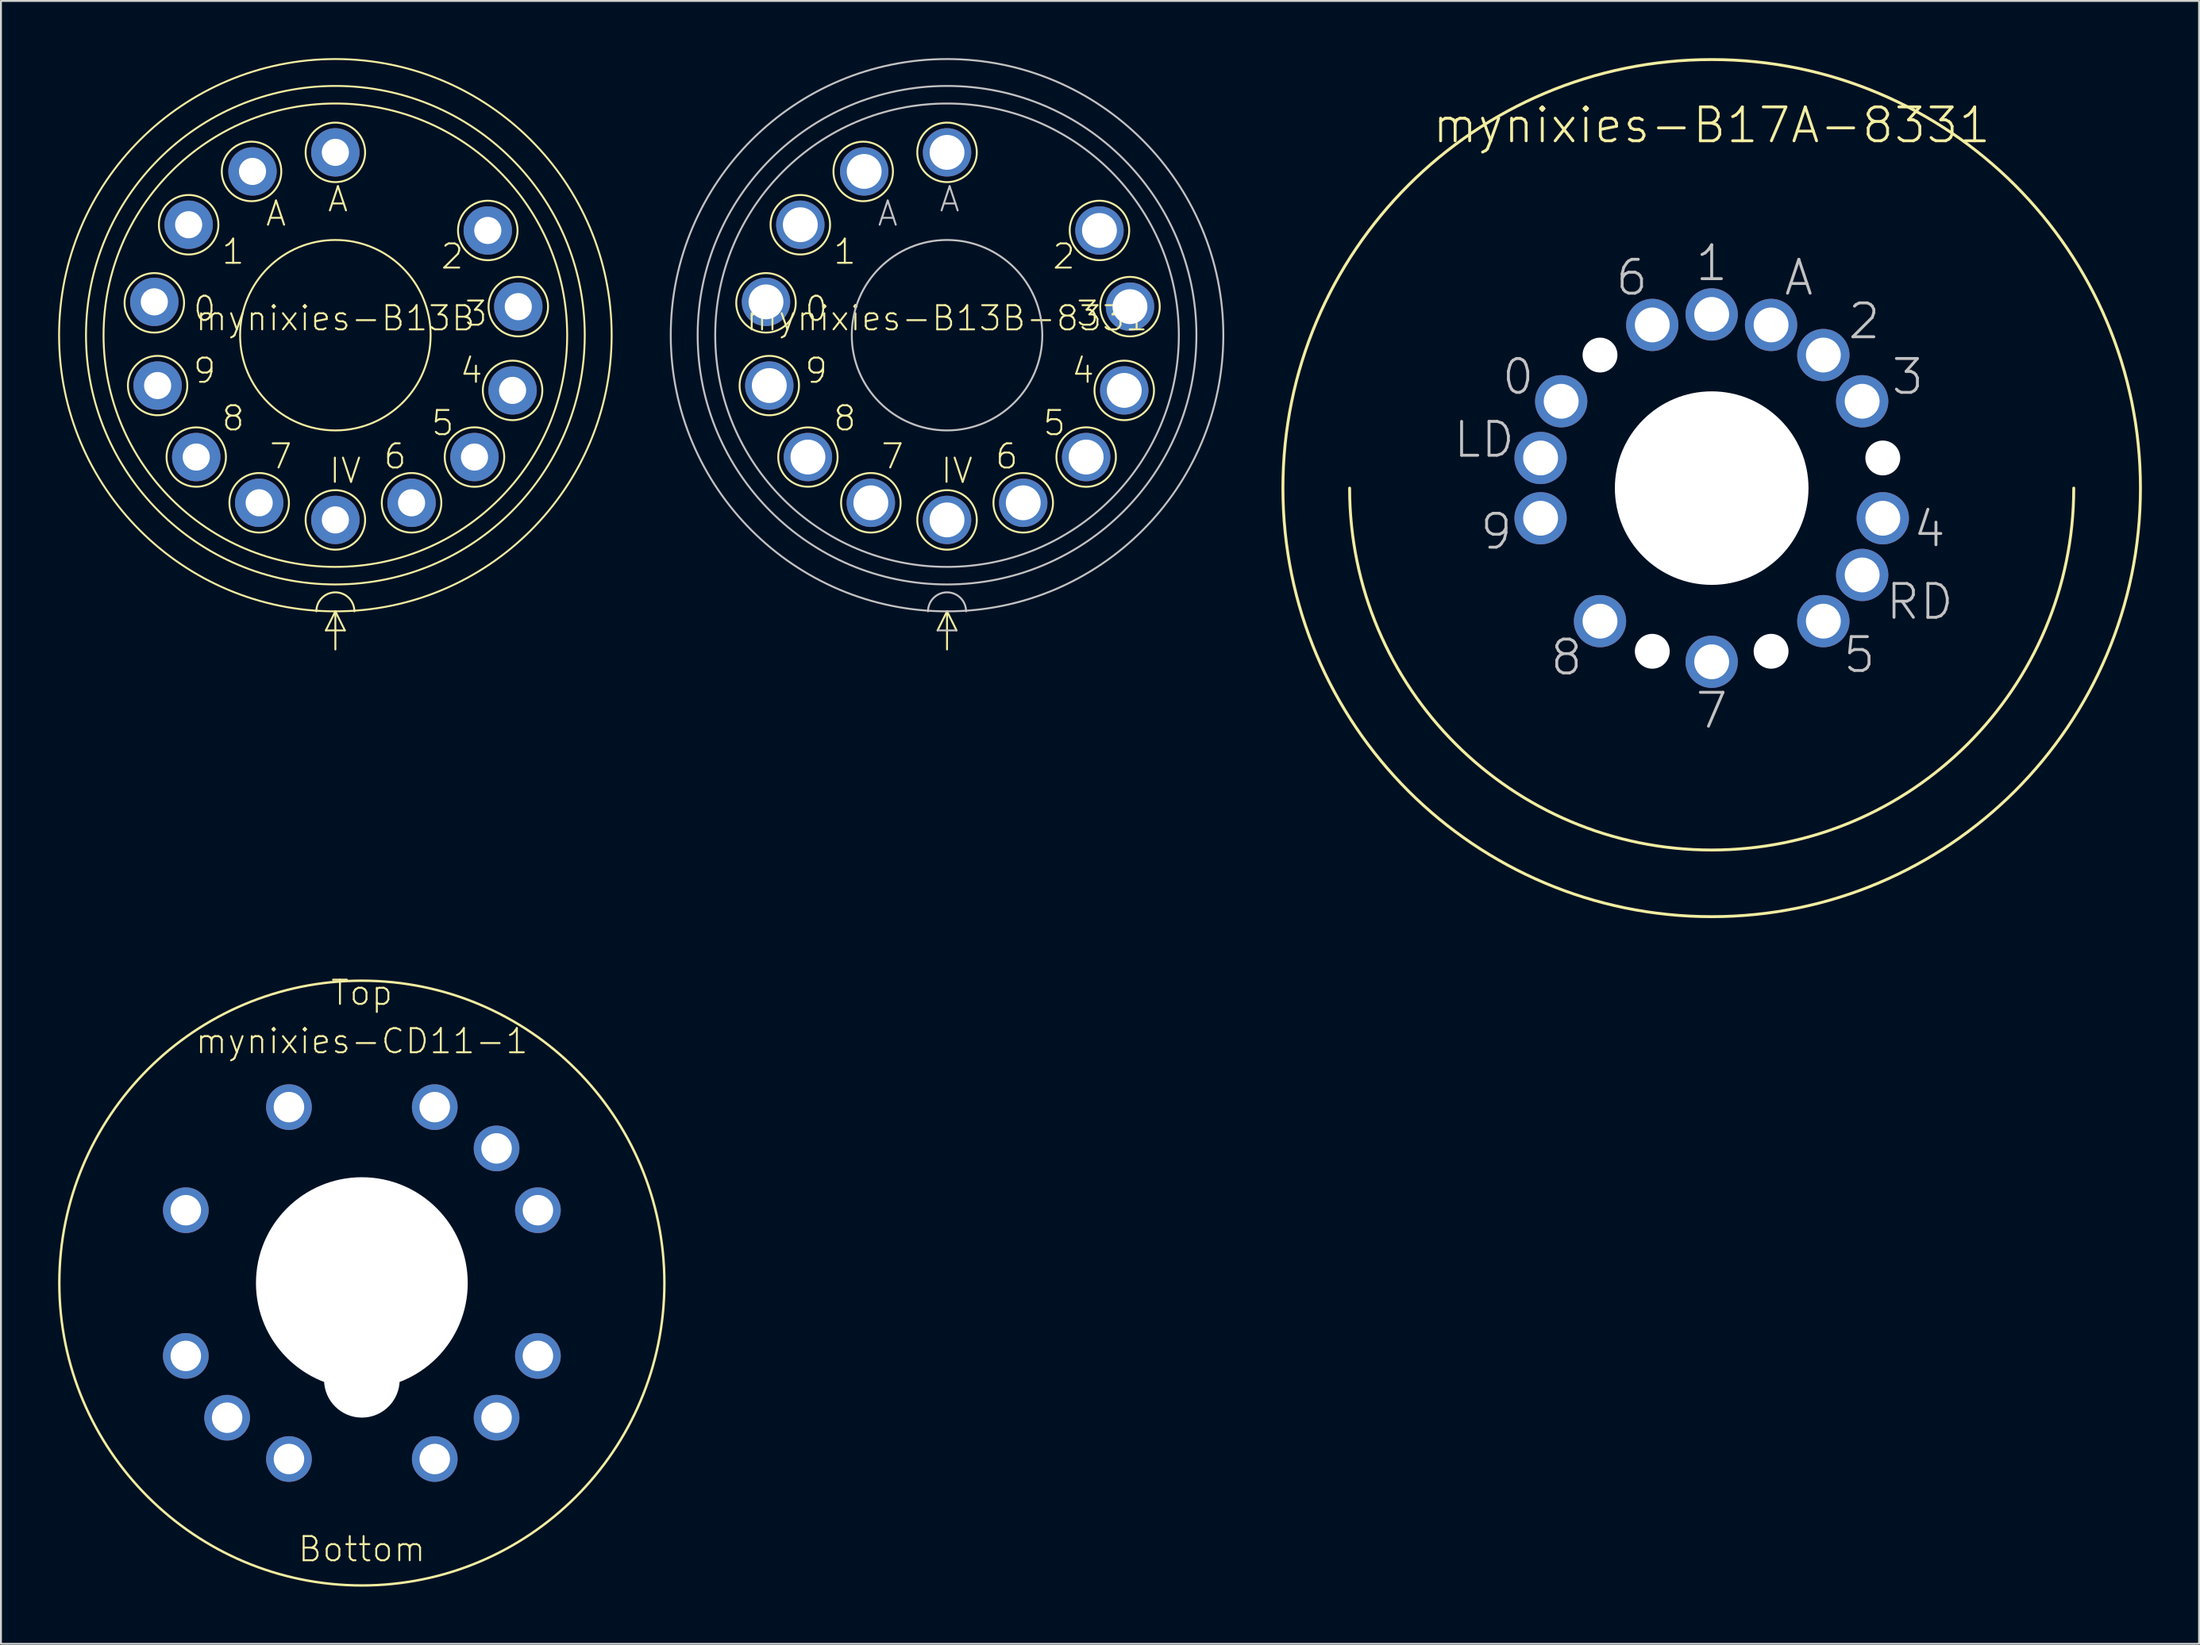
<source format=kicad_pcb>
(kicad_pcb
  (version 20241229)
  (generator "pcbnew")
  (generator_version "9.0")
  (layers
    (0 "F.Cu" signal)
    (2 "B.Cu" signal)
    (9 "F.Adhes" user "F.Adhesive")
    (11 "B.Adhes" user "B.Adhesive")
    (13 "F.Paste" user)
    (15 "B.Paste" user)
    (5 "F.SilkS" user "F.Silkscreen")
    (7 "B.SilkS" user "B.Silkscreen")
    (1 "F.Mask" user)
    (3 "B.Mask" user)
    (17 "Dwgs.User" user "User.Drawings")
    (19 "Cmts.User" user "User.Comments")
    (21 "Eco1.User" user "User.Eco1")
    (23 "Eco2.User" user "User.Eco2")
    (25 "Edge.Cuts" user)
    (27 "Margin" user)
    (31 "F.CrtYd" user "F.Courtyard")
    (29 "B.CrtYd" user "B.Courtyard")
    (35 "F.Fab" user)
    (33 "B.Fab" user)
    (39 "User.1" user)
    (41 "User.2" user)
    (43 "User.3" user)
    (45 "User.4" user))
  (footprint "mynixies-B13B"
    (layer "F.Cu")
    (at 14.548 14.548)
    (property "Reference" "mynixies-B13B" (at 0 -0.889 0) (layer "F.SilkS") (effects (font (size 1.27 1.27) (thickness 0.102))))
    (attr exclude_from_pos_files exclude_from_bom)
    (fp_line (start -0.498 15.499) (end 0.498 15.499) (stroke (width 0.1) (type solid)) (layer "F.SilkS"))
    (fp_line (start 0 14.498) (end -0.498 15.499) (stroke (width 0.1) (type solid)) (layer "F.SilkS"))
    (fp_line (start 0 14.498) (end 0 16.5) (stroke (width 0.1) (type solid)) (layer "F.SilkS"))
    (fp_line (start 0.498 15.499) (end 0 14.498) (stroke (width 0.1) (type solid)) (layer "F.SilkS"))
    (fp_arc (start -0.99822 14.49832) (mid 0 13.5001) (end 0.99822 14.49832) (stroke (width 0.1) (type solid)) (layer "F.SilkS"))
    (fp_circle (center -9.5 -1.699) (end -9.5 -3.261) (stroke (width 0.1) (type solid)) (fill no) (layer "F.SilkS"))
    (fp_circle (center -9.327 2.644) (end -9.327 1.085) (stroke (width 0.1) (type solid)) (fill no) (layer "F.SilkS"))
    (fp_circle (center -7.699 -5.799) (end -7.699 -7.361) (stroke (width 0.1) (type solid)) (fill no) (layer "F.SilkS"))
    (fp_circle (center -7.3 6.398) (end -7.3 4.839) (stroke (width 0.1) (type solid)) (fill no) (layer "F.SilkS"))
    (fp_circle (center -4.399 -8.598) (end -4.399 -10.16) (stroke (width 0.1) (type solid)) (fill no) (layer "F.SilkS"))
    (fp_circle (center -3.998 8.799) (end -3.998 7.236) (stroke (width 0.1) (type solid)) (fill no) (layer "F.SilkS"))
    (fp_circle (center 0 -9.599) (end 0 -11.161) (stroke (width 0.1) (type solid)) (fill no) (layer "F.SilkS"))
    (fp_circle (center 0 0) (end 0 -14.498) (stroke (width 0.1) (type solid)) (fill no) (layer "F.SilkS"))
    (fp_circle (center 0 0) (end 0 -13.086) (stroke (width 0.1) (type solid)) (fill no) (layer "F.SilkS"))
    (fp_circle (center 0 0) (end 0 -12.164) (stroke (width 0.1) (type solid)) (fill no) (layer "F.SilkS"))
    (fp_circle (center 0 0) (end 0 -4.999) (stroke (width 0.1) (type solid)) (fill no) (layer "F.SilkS"))
    (fp_circle (center 0 9.698) (end 0 8.136) (stroke (width 0.1) (type solid)) (fill no) (layer "F.SilkS"))
    (fp_circle (center 3.998 8.799) (end 3.998 7.236) (stroke (width 0.1) (type solid)) (fill no) (layer "F.SilkS"))
    (fp_circle (center 7.3 6.398) (end 7.3 4.836) (stroke (width 0.1) (type solid)) (fill no) (layer "F.SilkS"))
    (fp_circle (center 7.998 -5.499) (end 7.998 -7.061) (stroke (width 0.1) (type solid)) (fill no) (layer "F.SilkS"))
    (fp_circle (center 9.299 2.898) (end 9.299 1.336) (stroke (width 0.1) (type solid)) (fill no) (layer "F.SilkS"))
    (fp_circle (center 9.599 -1.499) (end 9.599 -3.061) (stroke (width 0.1) (type solid)) (fill no) (layer "F.SilkS"))
    (fp_text user "6" (at 3.134 6.363 0) (layer "F.SilkS") (effects (font (size 1.27 1.27) (thickness 0.102))))
    (fp_text user "0" (at -6.863 -1.384 0) (layer "F.SilkS") (effects (font (size 1.27 1.27) (thickness 0.102))))
    (fp_text user "5" (at 5.634 4.613 0) (layer "F.SilkS") (effects (font (size 1.27 1.27) (thickness 0.102))))
    (fp_text user "A" (at 0.135 -7.135 0) (layer "F.SilkS") (effects (font (size 1.27 1.27) (thickness 0.102))))
    (fp_text user "IV" (at 0.518 7.115 0) (layer "F.SilkS") (effects (font (size 1.27 1.27) (thickness 0.102))))
    (fp_text user "4" (at 7.135 1.864 0) (layer "F.SilkS") (effects (font (size 1.27 1.27) (thickness 0.102))))
    (fp_text user "8" (at -5.364 4.364 0) (layer "F.SilkS") (effects (font (size 1.27 1.27) (thickness 0.102))))
    (fp_text user "2" (at 6.134 -4.133 0) (layer "F.SilkS") (effects (font (size 1.27 1.27) (thickness 0.102))))
    (fp_text user "7" (at -2.863 6.363 0) (layer "F.SilkS") (effects (font (size 1.27 1.27) (thickness 0.102))))
    (fp_text user "A" (at -3.114 -6.383 0) (layer "F.SilkS") (effects (font (size 1.27 1.27) (thickness 0.102))))
    (fp_text user "9" (at -6.863 1.864 0) (layer "F.SilkS") (effects (font (size 1.27 1.27) (thickness 0.102))))
    (fp_text user "3" (at 7.384 -1.133 0) (layer "F.SilkS") (effects (font (size 1.27 1.27) (thickness 0.102))))
    (fp_text user "1" (at -5.364 -4.384 0) (layer "F.SilkS") (effects (font (size 1.27 1.27) (thickness 0.102))))
    (pad "0" thru_hole circle (at -9.5 -1.75) (size 2.54 2.54) (drill 1.422) (layers "*.Cu" "*.Mask"))
    (pad "1" thru_hole circle (at -7.699 -5.799) (size 2.54 2.54) (drill 1.422) (layers "*.Cu" "*.Mask"))
    (pad "2" thru_hole circle (at 7.998 -5.499) (size 2.54 2.54) (drill 1.422) (layers "*.Cu" "*.Mask"))
    (pad "3" thru_hole circle (at 9.599 -1.499) (size 2.54 2.54) (drill 1.422) (layers "*.Cu" "*.Mask"))
    (pad "4" thru_hole circle (at 9.299 2.898) (size 2.54 2.54) (drill 1.422) (layers "*.Cu" "*.Mask"))
    (pad "5" thru_hole circle (at 7.3 6.398) (size 2.54 2.54) (drill 1.422) (layers "*.Cu" "*.Mask"))
    (pad "6" thru_hole circle (at 3.998 8.799) (size 2.54 2.54) (drill 1.422) (layers "*.Cu" "*.Mask"))
    (pad "7" thru_hole circle (at -3.998 8.799) (size 2.54 2.54) (drill 1.422) (layers "*.Cu" "*.Mask"))
    (pad "8" thru_hole circle (at -7.3 6.398) (size 2.54 2.54) (drill 1.422) (layers "*.Cu" "*.Mask"))
    (pad "9" thru_hole circle (at -9.327 2.644) (size 2.54 2.54) (drill 1.422) (layers "*.Cu" "*.Mask"))
    (pad "A" thru_hole circle (at 0 -9.599) (size 2.54 2.54) (drill 1.422) (layers "*.Cu" "*.Mask"))
    (pad "A1" thru_hole circle (at -4.348 -8.598) (size 2.54 2.54) (drill 1.422) (layers "*.Cu" "*.Mask"))
    (pad "IV" thru_hole circle (at 0 9.698) (size 2.54 2.54) (drill 1.422) (layers "*.Cu" "*.Mask")))
  (footprint "mynixies-CD11-1"
    (layer "F.Cu")
    (at 15.938 64.312)
    (property "Reference" "mynixies-CD11-1" (at 0 -12.7 0) (layer "F.SilkS") (effects (font (size 1.27 1.27) (thickness 0.102))))
    (attr exclude_from_pos_files exclude_from_bom)
    (fp_circle (center 0 0) (end 0 -15.875) (stroke (width 0.127) (type solid)) (fill no) (layer "F.SilkS"))
    (fp_text user "Top" (at 0 -15.24 0) (layer "F.SilkS") (effects (font (size 1.27 1.27) (thickness 0.102))))
    (fp_text user "Bottom" (at 0 13.97 0) (layer "F.SilkS") (effects (font (size 1.27 1.27) (thickness 0.102))))
    (pad "" np_thru_hole circle (at 0 0) (size 11.113 11.113) (drill 11.113) (layers "*.Cu" "*.Mask"))
    (pad "" np_thru_hole circle (at 0 5.08) (size 3.967 3.967) (drill 3.967) (layers "*.Cu" "*.Mask"))
    (pad "0" thru_hole circle (at -3.825 -9.238) (size 2.398 2.398) (drill 1.598) (layers "*.Cu" "*.Mask"))
    (pad "1" thru_hole circle (at -9.238 3.825) (size 2.398 2.398) (drill 1.598) (layers "*.Cu" "*.Mask"))
    (pad "2" thru_hole circle (at -7.069 7.069) (size 2.398 2.398) (drill 1.598) (layers "*.Cu" "*.Mask"))
    (pad "3" thru_hole circle (at -3.825 9.238) (size 2.398 2.398) (drill 1.598) (layers "*.Cu" "*.Mask"))
    (pad "4" thru_hole circle (at 3.825 9.238) (size 2.398 2.398) (drill 1.598) (layers "*.Cu" "*.Mask"))
    (pad "5" thru_hole circle (at 7.069 7.069) (size 2.398 2.398) (drill 1.598) (layers "*.Cu" "*.Mask"))
    (pad "6" thru_hole circle (at 9.238 3.825) (size 2.398 2.398) (drill 1.598) (layers "*.Cu" "*.Mask"))
    (pad "7" thru_hole circle (at 9.238 -3.825) (size 2.398 2.398) (drill 1.598) (layers "*.Cu" "*.Mask"))
    (pad "8" thru_hole circle (at 7.069 -7.069) (size 2.398 2.398) (drill 1.598) (layers "*.Cu" "*.Mask"))
    (pad "9" thru_hole circle (at 3.825 -9.238) (size 2.398 2.398) (drill 1.598) (layers "*.Cu" "*.Mask"))
    (pad "A" thru_hole circle (at -9.238 -3.825) (size 2.398 2.398) (drill 1.598) (layers "*.Cu" "*.Mask")))
  (footprint "mynixies-B17A-8331"
    (layer "F.Cu")
    (at 86.769 22.576)
    (property "Reference" "mynixies-B17A-8331" (at 0 -19.05 0) (layer "F.SilkS") (effects (font (size 1.778 1.778) (thickness 0.152))))
    (attr exclude_from_pos_files exclude_from_bom)
    (fp_arc (start 18.9992 0) (mid 0 18.9992) (end -18.9992 0) (stroke (width 0.1524) (type solid)) (layer "F.SilkS"))
    (fp_circle (center 0 0) (end 0 -22.499) (stroke (width 0.152) (type solid)) (fill no) (layer "F.SilkS"))
    (fp_text user "A" (at 4.572 -11.049 0) (layer "Dwgs.User") (effects (font (size 1.778 1.778) (thickness 0.152))))
    (fp_text user "7" (at 0 11.684 0) (layer "Dwgs.User") (effects (font (size 1.778 1.778) (thickness 0.152))))
    (fp_text user "1" (at 0 -11.811 0) (layer "Dwgs.User") (effects (font (size 1.778 1.778) (thickness 0.152))))
    (fp_text user "2" (at 8.001 -8.76 0) (layer "Dwgs.User") (effects (font (size 1.778 1.778) (thickness 0.152))))
    (fp_text user "LD" (at -11.938 -2.54 0) (layer "Dwgs.User") (effects (font (size 1.778 1.778) (thickness 0.152))))
    (fp_text user "6" (at -4.191 -11.049 0) (layer "Dwgs.User") (effects (font (size 1.778 1.778) (thickness 0.152))))
    (fp_text user "RD" (at 10.922 5.969 0) (layer "Dwgs.User") (effects (font (size 1.778 1.778) (thickness 0.152))))
    (fp_text user "9" (at -11.303 2.286 0) (layer "Dwgs.User") (effects (font (size 1.778 1.778) (thickness 0.152))))
    (fp_text user "0" (at -10.16 -5.842 0) (layer "Dwgs.User") (effects (font (size 1.778 1.778) (thickness 0.152))))
    (fp_text user "3" (at 10.287 -5.842 0) (layer "Dwgs.User") (effects (font (size 1.778 1.778) (thickness 0.152))))
    (fp_text user "4" (at 11.43 2.159 0) (layer "Dwgs.User") (effects (font (size 1.778 1.778) (thickness 0.152))))
    (fp_text user "8" (at -7.62 8.89 0) (layer "Dwgs.User") (effects (font (size 1.778 1.778) (thickness 0.152))))
    (fp_text user "5" (at 7.747 8.76 0) (layer "Dwgs.User") (effects (font (size 1.778 1.778) (thickness 0.152))))
    (pad "" np_thru_hole circle (at -5.86 -6.985) (size 1.829 1.829) (drill 1.829) (layers "*.Cu" "*.Mask"))
    (pad "" np_thru_hole circle (at -3.117 8.567) (size 1.829 1.829) (drill 1.829) (layers "*.Cu" "*.Mask"))
    (pad "" np_thru_hole circle (at 0 0) (size 10.16 10.16) (drill 10.16) (layers "*.Cu" "*.Mask"))
    (pad "" np_thru_hole circle (at 3.117 8.567) (size 1.829 1.829) (drill 1.829) (layers "*.Cu" "*.Mask"))
    (pad "" np_thru_hole circle (at 8.979 -1.582) (size 1.829 1.829) (drill 1.829) (layers "*.Cu" "*.Mask"))
    (pad "1" thru_hole circle (at -5.86 6.985) (size 2.743 2.743) (drill 1.829) (layers "*.Cu" "*.Mask"))
    (pad "3" thru_hole circle (at 0 9.119) (size 2.743 2.743) (drill 1.829) (layers "*.Cu" "*.Mask"))
    (pad "5" thru_hole circle (at 5.86 6.985) (size 2.743 2.743) (drill 1.829) (layers "*.Cu" "*.Mask"))
    (pad "6" thru_hole circle (at 7.897 4.559) (size 2.743 2.743) (drill 1.829) (layers "*.Cu" "*.Mask"))
    (pad "7" thru_hole circle (at 8.979 1.582) (size 2.743 2.743) (drill 1.829) (layers "*.Cu" "*.Mask"))
    (pad "9" thru_hole circle (at 7.897 -4.559) (size 2.743 2.743) (drill 1.829) (layers "*.Cu" "*.Mask"))
    (pad "10" thru_hole circle (at 5.86 -6.985) (size 2.743 2.743) (drill 1.829) (layers "*.Cu" "*.Mask"))
    (pad "11" thru_hole circle (at 3.117 -8.567) (size 2.743 2.743) (drill 1.829) (layers "*.Cu" "*.Mask"))
    (pad "12" thru_hole circle (at 0 -9.119) (size 2.743 2.743) (drill 1.829) (layers "*.Cu" "*.Mask"))
    (pad "13" thru_hole circle (at -3.117 -8.567) (size 2.743 2.743) (drill 1.829) (layers "*.Cu" "*.Mask"))
    (pad "15" thru_hole circle (at -7.897 -4.559) (size 2.743 2.743) (drill 1.829) (layers "*.Cu" "*.Mask"))
    (pad "16" thru_hole circle (at -8.979 -1.582) (size 2.743 2.743) (drill 1.829) (layers "*.Cu" "*.Mask"))
    (pad "17" thru_hole circle (at -8.979 1.582) (size 2.743 2.743) (drill 1.829) (layers "*.Cu" "*.Mask")))
  (footprint "mynixies-B13B-8331"
    (layer "F.Cu")
    (at 46.645 14.548)
    (property "Reference" "mynixies-B13B-8331" (at 0 -0.889 0) (layer "F.SilkS") (effects (font (size 1.27 1.27) (thickness 0.102))))
    (attr exclude_from_pos_files exclude_from_bom)
    (fp_line (start 0 14.498) (end -0.498 15.499) (stroke (width 0.1) (type solid)) (layer "F.SilkS"))
    (fp_line (start 0 14.498) (end 0 16.5) (stroke (width 0.1) (type solid)) (layer "F.SilkS"))
    (fp_line (start 0.498 15.499) (end 0 14.498) (stroke (width 0.1) (type solid)) (layer "F.SilkS"))
    (fp_circle (center -9.5 -1.699) (end -9.5 -3.261) (stroke (width 0.1) (type solid)) (fill no) (layer "F.SilkS"))
    (fp_circle (center -9.327 2.644) (end -9.327 1.085) (stroke (width 0.1) (type solid)) (fill no) (layer "F.SilkS"))
    (fp_circle (center -7.699 -5.799) (end -7.699 -7.361) (stroke (width 0.1) (type solid)) (fill no) (layer "F.SilkS"))
    (fp_circle (center -7.3 6.398) (end -7.3 4.839) (stroke (width 0.1) (type solid)) (fill no) (layer "F.SilkS"))
    (fp_circle (center -4.399 -8.598) (end -4.399 -10.16) (stroke (width 0.1) (type solid)) (fill no) (layer "F.SilkS"))
    (fp_circle (center -3.998 8.799) (end -3.998 7.236) (stroke (width 0.1) (type solid)) (fill no) (layer "F.SilkS"))
    (fp_circle (center 0 -9.599) (end 0 -11.161) (stroke (width 0.1) (type solid)) (fill no) (layer "F.SilkS"))
    (fp_circle (center 0 9.698) (end 0 8.136) (stroke (width 0.1) (type solid)) (fill no) (layer "F.SilkS"))
    (fp_circle (center 3.998 8.799) (end 3.998 7.236) (stroke (width 0.1) (type solid)) (fill no) (layer "F.SilkS"))
    (fp_circle (center 7.3 6.398) (end 7.3 4.836) (stroke (width 0.1) (type solid)) (fill no) (layer "F.SilkS"))
    (fp_circle (center 7.998 -5.499) (end 7.998 -7.061) (stroke (width 0.1) (type solid)) (fill no) (layer "F.SilkS"))
    (fp_circle (center 9.299 2.898) (end 9.299 1.336) (stroke (width 0.1) (type solid)) (fill no) (layer "F.SilkS"))
    (fp_circle (center 9.599 -1.499) (end 9.599 -3.061) (stroke (width 0.1) (type solid)) (fill no) (layer "F.SilkS"))
    (fp_line (start -0.498 15.499) (end 0.498 15.499) (stroke (width 0.1) (type solid)) (layer "Dwgs.User"))
    (fp_arc (start -0.99822 14.49832) (mid 0 13.5001) (end 0.99822 14.49832) (stroke (width 0.1) (type solid)) (layer "Dwgs.User"))
    (fp_circle (center 0 0) (end 0 -14.498) (stroke (width 0.1) (type solid)) (fill no) (layer "Dwgs.User"))
    (fp_circle (center 0 0) (end 0 -13.086) (stroke (width 0.1) (type solid)) (fill no) (layer "Dwgs.User"))
    (fp_circle (center 0 0) (end 0 -12.164) (stroke (width 0.1) (type solid)) (fill no) (layer "Dwgs.User"))
    (fp_circle (center 0 0) (end 0 -4.999) (stroke (width 0.1) (type solid)) (fill no) (layer "Dwgs.User"))
    (fp_text user "1" (at -5.364 -4.384 0) (layer "F.SilkS") (effects (font (size 1.27 1.27) (thickness 0.102))))
    (fp_text user "0" (at -6.863 -1.384 0) (layer "F.SilkS") (effects (font (size 1.27 1.27) (thickness 0.102))))
    (fp_text user "7" (at -2.863 6.363 0) (layer "F.SilkS") (effects (font (size 1.27 1.27) (thickness 0.102))))
    (fp_text user "3" (at 7.384 -1.133 0) (layer "F.SilkS") (effects (font (size 1.27 1.27) (thickness 0.102))))
    (fp_text user "IV" (at 0.518 7.115 0) (layer "F.SilkS") (effects (font (size 1.27 1.27) (thickness 0.102))))
    (fp_text user "4" (at 7.135 1.864 0) (layer "F.SilkS") (effects (font (size 1.27 1.27) (thickness 0.102))))
    (fp_text user "5" (at 5.634 4.613 0) (layer "F.SilkS") (effects (font (size 1.27 1.27) (thickness 0.102))))
    (fp_text user "9" (at -6.863 1.864 0) (layer "F.SilkS") (effects (font (size 1.27 1.27) (thickness 0.102))))
    (fp_text user "2" (at 6.134 -4.133 0) (layer "F.SilkS") (effects (font (size 1.27 1.27) (thickness 0.102))))
    (fp_text user "8" (at -5.364 4.364 0) (layer "F.SilkS") (effects (font (size 1.27 1.27) (thickness 0.102))))
    (fp_text user "6" (at 3.134 6.363 0) (layer "F.SilkS") (effects (font (size 1.27 1.27) (thickness 0.102))))
    (fp_text user "A" (at -3.114 -6.383 0) (layer "Dwgs.User") (effects (font (size 1.27 1.27) (thickness 0.102))))
    (fp_text user "A" (at 0.135 -7.135 0) (layer "Dwgs.User") (effects (font (size 1.27 1.27) (thickness 0.102))))
    (pad "0" thru_hole circle (at -9.5 -1.75) (size 2.54 2.54) (drill 1.829) (layers "*.Cu" "*.Mask"))
    (pad "1" thru_hole circle (at -7.699 -5.799) (size 2.54 2.54) (drill 1.829) (layers "*.Cu" "*.Mask"))
    (pad "2" thru_hole circle (at 7.998 -5.499) (size 2.54 2.54) (drill 1.829) (layers "*.Cu" "*.Mask"))
    (pad "3" thru_hole circle (at 9.599 -1.499) (size 2.54 2.54) (drill 1.829) (layers "*.Cu" "*.Mask"))
    (pad "4" thru_hole circle (at 9.299 2.898) (size 2.54 2.54) (drill 1.829) (layers "*.Cu" "*.Mask"))
    (pad "5" thru_hole circle (at 7.3 6.398) (size 2.54 2.54) (drill 1.829) (layers "*.Cu" "*.Mask"))
    (pad "6" thru_hole circle (at 3.998 8.799) (size 2.54 2.54) (drill 1.829) (layers "*.Cu" "*.Mask"))
    (pad "7" thru_hole circle (at -3.998 8.799) (size 2.54 2.54) (drill 1.829) (layers "*.Cu" "*.Mask"))
    (pad "8" thru_hole circle (at -7.3 6.398) (size 2.54 2.54) (drill 1.829) (layers "*.Cu" "*.Mask"))
    (pad "9" thru_hole circle (at -9.327 2.644) (size 2.54 2.54) (drill 1.829) (layers "*.Cu" "*.Mask"))
    (pad "A" thru_hole circle (at 0 -9.599) (size 2.54 2.54) (drill 1.829) (layers "*.Cu" "*.Mask"))
    (pad "A1" thru_hole circle (at -4.348 -8.598) (size 2.54 2.54) (drill 1.829) (layers "*.Cu" "*.Mask"))
    (pad "IV" thru_hole circle (at 0 9.698) (size 2.54 2.54) (drill 1.829) (layers "*.Cu" "*.Mask")))
  (gr_rect
    (start -3 -3)
    (end 112.344 83.251)
    (stroke (width 0.1) (type default))
    (fill no)
    (layer "Edge.Cuts")))
</source>
